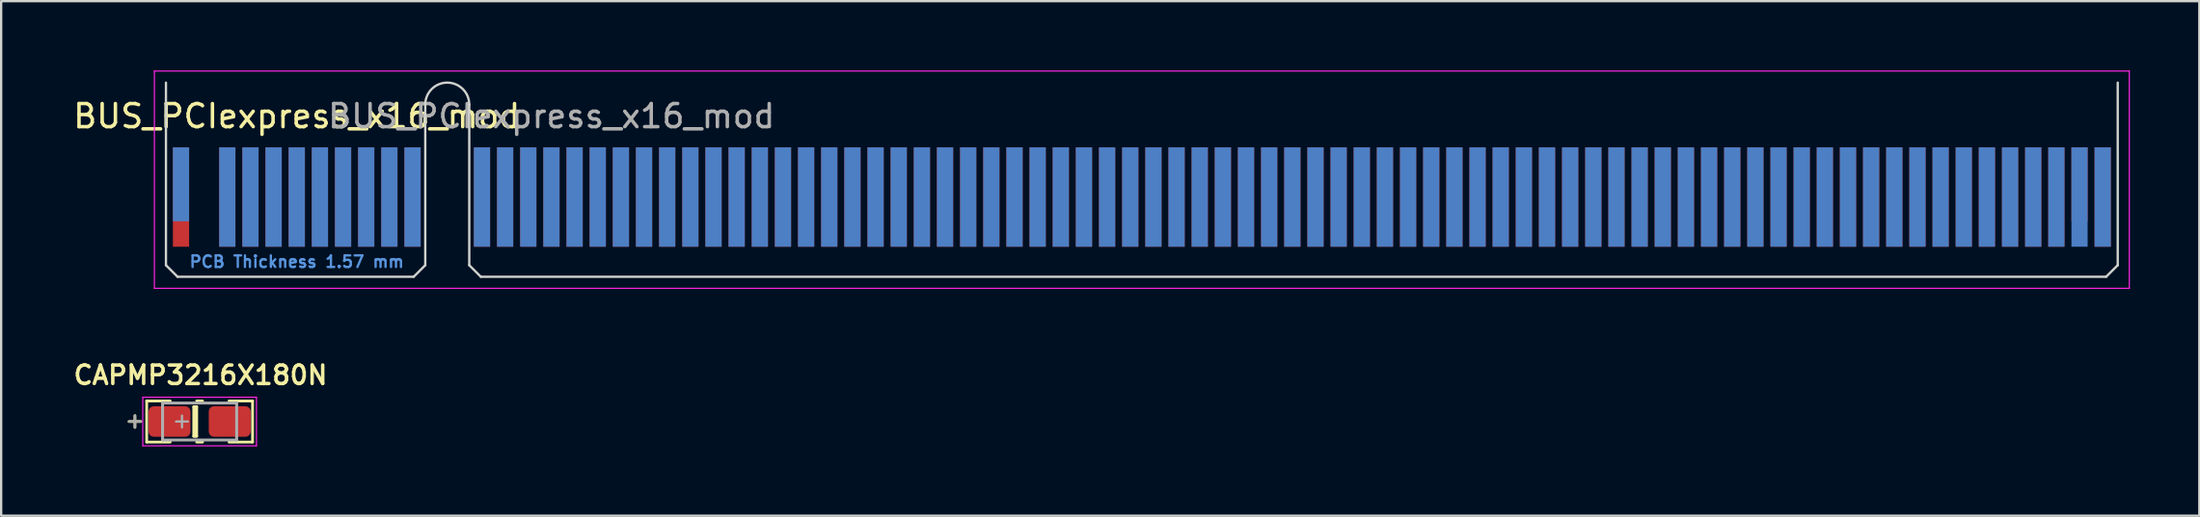
<source format=kicad_pcb>
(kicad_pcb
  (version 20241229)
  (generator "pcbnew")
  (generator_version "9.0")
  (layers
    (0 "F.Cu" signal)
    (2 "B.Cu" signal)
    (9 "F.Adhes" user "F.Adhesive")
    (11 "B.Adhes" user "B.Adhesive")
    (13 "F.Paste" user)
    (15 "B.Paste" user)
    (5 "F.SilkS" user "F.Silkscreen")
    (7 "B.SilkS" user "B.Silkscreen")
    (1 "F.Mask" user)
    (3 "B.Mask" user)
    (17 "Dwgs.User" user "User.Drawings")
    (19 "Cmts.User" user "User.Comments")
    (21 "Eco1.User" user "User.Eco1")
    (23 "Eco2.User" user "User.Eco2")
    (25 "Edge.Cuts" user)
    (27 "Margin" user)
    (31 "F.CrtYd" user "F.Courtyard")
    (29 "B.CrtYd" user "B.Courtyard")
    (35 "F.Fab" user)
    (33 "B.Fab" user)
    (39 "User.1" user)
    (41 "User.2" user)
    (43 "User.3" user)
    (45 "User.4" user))
  (footprint "BUS_PCIexpress_x16_mod"
    (layer "F.Cu")
    (at 4.768 5.475)
    (property "Reference" "BUS_PCIexpress_x16_mod" (at 5 -3.5 0) (layer "F.SilkS") (effects (font (size 1 1) (thickness 0.15))))
    (attr exclude_from_pos_files exclude_from_bom)
    (fp_line (start -0.65 -4.95) (end -0.65 2.95) (stroke (width 0.1) (type solid)) (layer "Edge.Cuts"))
    (fp_line (start -0.65 2.95) (end -0.15 3.45) (stroke (width 0.1) (type solid)) (layer "Edge.Cuts"))
    (fp_line (start -0.15 3.45) (end 10.05 3.45) (stroke (width 0.1) (type solid)) (layer "Edge.Cuts"))
    (fp_line (start 10.55 -4) (end 10.55 2.95) (stroke (width 0.1) (type solid)) (layer "Edge.Cuts"))
    (fp_line (start 10.55 2.95) (end 10.05 3.45) (stroke (width 0.1) (type solid)) (layer "Edge.Cuts"))
    (fp_line (start 12.45 -4) (end 12.45 2.95) (stroke (width 0.1) (type solid)) (layer "Edge.Cuts"))
    (fp_line (start 12.45 2.95) (end 12.95 3.45) (stroke (width 0.1) (type solid)) (layer "Edge.Cuts"))
    (fp_line (start 12.95 3.45) (end 83.15 3.45) (stroke (width 0.1) (type solid)) (layer "Edge.Cuts"))
    (fp_line (start 83.65 -4.95) (end 83.65 2.95) (stroke (width 0.1) (type solid)) (layer "Edge.Cuts"))
    (fp_line (start 83.65 2.95) (end 83.15 3.45) (stroke (width 0.1) (type solid)) (layer "Edge.Cuts"))
    (fp_arc (start 10.55 -4) (mid 11.5 -4.95) (end 12.45 -4) (stroke (width 0.1) (type solid)) (layer "Edge.Cuts"))
    (fp_line (start -1.15 -5.45) (end -1.15 3.95) (stroke (width 0.05) (type solid)) (layer "F.CrtYd"))
    (fp_line (start -1.15 -5.45) (end 84.15 -5.45) (stroke (width 0.05) (type solid)) (layer "F.CrtYd"))
    (fp_line (start 84.15 3.95) (end -1.15 3.95) (stroke (width 0.05) (type solid)) (layer "F.CrtYd"))
    (fp_line (start 84.15 3.95) (end 84.15 -5.45) (stroke (width 0.05) (type solid)) (layer "F.CrtYd"))
    (fp_text user "PCB Thickness 1.57 mm" (at 5 2.8 180) (layer "Cmts.User") (effects (font (size 0.5 0.5) (thickness 0.1))))
    (fp_text user "${REFERENCE}" (at 16 -3.5 0) (layer "F.Fab") (effects (font (size 1 1) (thickness 0.15))))
    (pad "A1" connect rect (at 0 -0.55) (size 0.7 3.2) (layers "B.Cu" "B.Mask"))
    (pad "A3" connect rect (at 2 0) (size 0.7 4.3) (layers "B.Cu" "B.Mask"))
    (pad "A4" connect rect (at 3 0) (size 0.7 4.3) (layers "B.Cu" "B.Mask"))
    (pad "A5" connect rect (at 4 0) (size 0.7 4.3) (layers "B.Cu" "B.Mask"))
    (pad "A6" connect rect (at 5 0) (size 0.7 4.3) (layers "B.Cu" "B.Mask"))
    (pad "A7" connect rect (at 6 0) (size 0.7 4.3) (layers "B.Cu" "B.Mask"))
    (pad "A8" connect rect (at 7 0) (size 0.7 4.3) (layers "B.Cu" "B.Mask"))
    (pad "A9" connect rect (at 8 0) (size 0.7 4.3) (layers "B.Cu" "B.Mask"))
    (pad "A10" connect rect (at 9 0) (size 0.7 4.3) (layers "B.Cu" "B.Mask"))
    (pad "A11" connect rect (at 10 0) (size 0.7 4.3) (layers "B.Cu" "B.Mask"))
    (pad "A12" connect rect (at 13 0) (size 0.7 4.3) (layers "B.Cu" "B.Mask"))
    (pad "A13" connect rect (at 14 0) (size 0.7 4.3) (layers "B.Cu" "B.Mask"))
    (pad "A14" connect rect (at 15 0) (size 0.7 4.3) (layers "B.Cu" "B.Mask"))
    (pad "A15" connect rect (at 16 0) (size 0.7 4.3) (layers "B.Cu" "B.Mask"))
    (pad "A16" connect rect (at 17 0) (size 0.7 4.3) (layers "B.Cu" "B.Mask"))
    (pad "A17" connect rect (at 18 0) (size 0.7 4.3) (layers "B.Cu" "B.Mask"))
    (pad "A18" connect rect (at 19 0) (size 0.7 4.3) (layers "B.Cu" "B.Mask"))
    (pad "A19" connect rect (at 20 0) (size 0.7 4.3) (layers "B.Cu" "B.Mask"))
    (pad "A20" connect rect (at 21 0) (size 0.7 4.3) (layers "B.Cu" "B.Mask"))
    (pad "A21" connect rect (at 22 0) (size 0.7 4.3) (layers "B.Cu" "B.Mask"))
    (pad "A22" connect rect (at 23 0) (size 0.7 4.3) (layers "B.Cu" "B.Mask"))
    (pad "A23" connect rect (at 24 0) (size 0.7 4.3) (layers "B.Cu" "B.Mask"))
    (pad "A24" connect rect (at 25 0) (size 0.7 4.3) (layers "B.Cu" "B.Mask"))
    (pad "A25" connect rect (at 26 0) (size 0.7 4.3) (layers "B.Cu" "B.Mask"))
    (pad "A26" connect rect (at 27 0) (size 0.7 4.3) (layers "B.Cu" "B.Mask"))
    (pad "A27" connect rect (at 28 0) (size 0.7 4.3) (layers "B.Cu" "B.Mask"))
    (pad "A28" connect rect (at 29 0) (size 0.7 4.3) (layers "B.Cu" "B.Mask"))
    (pad "A29" connect rect (at 30 0) (size 0.7 4.3) (layers "B.Cu" "B.Mask"))
    (pad "A30" connect rect (at 31 0) (size 0.7 4.3) (layers "B.Cu" "B.Mask"))
    (pad "A31" connect rect (at 32 0) (size 0.7 4.3) (layers "B.Cu" "B.Mask"))
    (pad "A32" connect rect (at 33 0) (size 0.7 4.3) (layers "B.Cu" "B.Mask"))
    (pad "A33" connect rect (at 34 0) (size 0.7 4.3) (layers "B.Cu" "B.Mask"))
    (pad "A34" connect rect (at 35 0) (size 0.7 4.3) (layers "B.Cu" "B.Mask"))
    (pad "A35" connect rect (at 36 0) (size 0.7 4.3) (layers "B.Cu" "B.Mask"))
    (pad "A36" connect rect (at 37 0) (size 0.7 4.3) (layers "B.Cu" "B.Mask"))
    (pad "A37" connect rect (at 38 0) (size 0.7 4.3) (layers "B.Cu" "B.Mask"))
    (pad "A38" connect rect (at 39 0) (size 0.7 4.3) (layers "B.Cu" "B.Mask"))
    (pad "A39" connect rect (at 40 0) (size 0.7 4.3) (layers "B.Cu" "B.Mask"))
    (pad "A40" connect rect (at 41 0) (size 0.7 4.3) (layers "B.Cu" "B.Mask"))
    (pad "A41" connect rect (at 42 0) (size 0.7 4.3) (layers "B.Cu" "B.Mask"))
    (pad "A42" connect rect (at 43 0) (size 0.7 4.3) (layers "B.Cu" "B.Mask"))
    (pad "A43" connect rect (at 44 0) (size 0.7 4.3) (layers "B.Cu" "B.Mask"))
    (pad "A44" connect rect (at 45 0) (size 0.7 4.3) (layers "B.Cu" "B.Mask"))
    (pad "A45" connect rect (at 46 0) (size 0.7 4.3) (layers "B.Cu" "B.Mask"))
    (pad "A46" connect rect (at 47 0) (size 0.7 4.3) (layers "B.Cu" "B.Mask"))
    (pad "A47" connect rect (at 48 0) (size 0.7 4.3) (layers "B.Cu" "B.Mask"))
    (pad "A48" connect rect (at 49 0) (size 0.7 4.3) (layers "B.Cu" "B.Mask"))
    (pad "A49" connect rect (at 50 0) (size 0.7 4.3) (layers "B.Cu" "B.Mask"))
    (pad "A50" connect rect (at 51 0) (size 0.7 4.3) (layers "B.Cu" "B.Mask"))
    (pad "A51" connect rect (at 52 0) (size 0.7 4.3) (layers "B.Cu" "B.Mask"))
    (pad "A52" connect rect (at 53 0) (size 0.7 4.3) (layers "B.Cu" "B.Mask"))
    (pad "A53" connect rect (at 54 0) (size 0.7 4.3) (layers "B.Cu" "B.Mask"))
    (pad "A54" connect rect (at 55 0) (size 0.7 4.3) (layers "B.Cu" "B.Mask"))
    (pad "A55" connect rect (at 56 0) (size 0.7 4.3) (layers "B.Cu" "B.Mask"))
    (pad "A56" connect rect (at 57 0) (size 0.7 4.3) (layers "B.Cu" "B.Mask"))
    (pad "A57" connect rect (at 58 0) (size 0.7 4.3) (layers "B.Cu" "B.Mask"))
    (pad "A58" connect rect (at 59 0) (size 0.7 4.3) (layers "B.Cu" "B.Mask"))
    (pad "A59" connect rect (at 60 0) (size 0.7 4.3) (layers "B.Cu" "B.Mask"))
    (pad "A60" connect rect (at 61 0) (size 0.7 4.3) (layers "B.Cu" "B.Mask"))
    (pad "A61" connect rect (at 62 0) (size 0.7 4.3) (layers "B.Cu" "B.Mask"))
    (pad "A62" connect rect (at 63 0) (size 0.7 4.3) (layers "B.Cu" "B.Mask"))
    (pad "A63" connect rect (at 64 0) (size 0.7 4.3) (layers "B.Cu" "B.Mask"))
    (pad "A64" connect rect (at 65 0) (size 0.7 4.3) (layers "B.Cu" "B.Mask"))
    (pad "A65" connect rect (at 66 0) (size 0.7 4.3) (layers "B.Cu" "B.Mask"))
    (pad "A66" connect rect (at 67 0) (size 0.7 4.3) (layers "B.Cu" "B.Mask"))
    (pad "A67" connect rect (at 68 0) (size 0.7 4.3) (layers "B.Cu" "B.Mask"))
    (pad "A68" connect rect (at 69 0) (size 0.7 4.3) (layers "B.Cu" "B.Mask"))
    (pad "A69" connect rect (at 70 0) (size 0.7 4.3) (layers "B.Cu" "B.Mask"))
    (pad "A70" connect rect (at 71 0) (size 0.7 4.3) (layers "B.Cu" "B.Mask"))
    (pad "A71" connect rect (at 72 0) (size 0.7 4.3) (layers "B.Cu" "B.Mask"))
    (pad "A72" connect rect (at 73 0) (size 0.7 4.3) (layers "B.Cu" "B.Mask"))
    (pad "A73" connect rect (at 74 0) (size 0.7 4.3) (layers "B.Cu" "B.Mask"))
    (pad "A74" connect rect (at 75 0) (size 0.7 4.3) (layers "B.Cu" "B.Mask"))
    (pad "A75" connect rect (at 76 0) (size 0.7 4.3) (layers "B.Cu" "B.Mask"))
    (pad "A76" connect rect (at 77 0) (size 0.7 4.3) (layers "B.Cu" "B.Mask"))
    (pad "A77" connect rect (at 78 0) (size 0.7 4.3) (layers "B.Cu" "B.Mask"))
    (pad "A78" connect rect (at 79 0) (size 0.7 4.3) (layers "B.Cu" "B.Mask"))
    (pad "A79" connect rect (at 80 0) (size 0.7 4.3) (layers "B.Cu" "B.Mask"))
    (pad "A80" connect rect (at 81 0) (size 0.7 4.3) (layers "B.Cu" "B.Mask"))
    (pad "A81" connect rect (at 82 0) (size 0.7 4.3) (layers "B.Cu" "B.Mask"))
    (pad "A82" connect rect (at 83 0) (size 0.7 4.3) (layers "B.Cu" "B.Mask"))
    (pad "B1" connect rect (at 0 0) (size 0.7 4.3) (layers "F.Cu" "F.Mask"))
    (pad "B3" connect rect (at 2 0) (size 0.7 4.3) (layers "F.Cu" "F.Mask"))
    (pad "B4" connect rect (at 3 0) (size 0.7 4.3) (layers "F.Cu" "F.Mask"))
    (pad "B5" connect rect (at 4 0) (size 0.7 4.3) (layers "F.Cu" "F.Mask"))
    (pad "B6" connect rect (at 5 0) (size 0.7 4.3) (layers "F.Cu" "F.Mask"))
    (pad "B7" connect rect (at 6 0) (size 0.7 4.3) (layers "F.Cu" "F.Mask"))
    (pad "B8" connect rect (at 7 0) (size 0.7 4.3) (layers "F.Cu" "F.Mask"))
    (pad "B9" connect rect (at 8 0) (size 0.7 4.3) (layers "F.Cu" "F.Mask"))
    (pad "B10" connect rect (at 9 0) (size 0.7 4.3) (layers "F.Cu" "F.Mask"))
    (pad "B11" connect rect (at 10 0) (size 0.7 4.3) (layers "F.Cu" "F.Mask"))
    (pad "B12" connect rect (at 13 0) (size 0.7 4.3) (layers "F.Cu" "F.Mask"))
    (pad "B13" connect rect (at 14 0) (size 0.7 4.3) (layers "F.Cu" "F.Mask"))
    (pad "B14" connect rect (at 15 0) (size 0.7 4.3) (layers "F.Cu" "F.Mask"))
    (pad "B15" connect rect (at 16 0) (size 0.7 4.3) (layers "F.Cu" "F.Mask"))
    (pad "B16" connect rect (at 17 0) (size 0.7 4.3) (layers "F.Cu" "F.Mask"))
    (pad "B17" connect rect (at 18 0) (size 0.7 4.3) (layers "F.Cu" "F.Mask"))
    (pad "B18" connect rect (at 19 0) (size 0.7 4.3) (layers "F.Cu" "F.Mask"))
    (pad "B19" connect rect (at 20 0) (size 0.7 4.3) (layers "F.Cu" "F.Mask"))
    (pad "B20" connect rect (at 21 0) (size 0.7 4.3) (layers "F.Cu" "F.Mask"))
    (pad "B21" connect rect (at 22 0) (size 0.7 4.3) (layers "F.Cu" "F.Mask"))
    (pad "B22" connect rect (at 23 0) (size 0.7 4.3) (layers "F.Cu" "F.Mask"))
    (pad "B23" connect rect (at 24 0) (size 0.7 4.3) (layers "F.Cu" "F.Mask"))
    (pad "B24" connect rect (at 25 0) (size 0.7 4.3) (layers "F.Cu" "F.Mask"))
    (pad "B25" connect rect (at 26 0) (size 0.7 4.3) (layers "F.Cu" "F.Mask"))
    (pad "B26" connect rect (at 27 0) (size 0.7 4.3) (layers "F.Cu" "F.Mask"))
    (pad "B27" connect rect (at 28 0) (size 0.7 4.3) (layers "F.Cu" "F.Mask"))
    (pad "B28" connect rect (at 29 0) (size 0.7 4.3) (layers "F.Cu" "F.Mask"))
    (pad "B29" connect rect (at 30 0) (size 0.7 4.3) (layers "F.Cu" "F.Mask"))
    (pad "B30" connect rect (at 31 0) (size 0.7 4.3) (layers "F.Cu" "F.Mask"))
    (pad "B31" connect rect (at 32 0) (size 0.7 4.3) (layers "F.Cu" "F.Mask"))
    (pad "B32" connect rect (at 33 0) (size 0.7 4.3) (layers "F.Cu" "F.Mask"))
    (pad "B33" connect rect (at 34 0) (size 0.7 4.3) (layers "F.Cu" "F.Mask"))
    (pad "B34" connect rect (at 35 0) (size 0.7 4.3) (layers "F.Cu" "F.Mask"))
    (pad "B35" connect rect (at 36 0) (size 0.7 4.3) (layers "F.Cu" "F.Mask"))
    (pad "B36" connect rect (at 37 0) (size 0.7 4.3) (layers "F.Cu" "F.Mask"))
    (pad "B37" connect rect (at 38 0) (size 0.7 4.3) (layers "F.Cu" "F.Mask"))
    (pad "B38" connect rect (at 39 0) (size 0.7 4.3) (layers "F.Cu" "F.Mask"))
    (pad "B39" connect rect (at 40 0) (size 0.7 4.3) (layers "F.Cu" "F.Mask"))
    (pad "B40" connect rect (at 41 0) (size 0.7 4.3) (layers "F.Cu" "F.Mask"))
    (pad "B41" connect rect (at 42 0) (size 0.7 4.3) (layers "F.Cu" "F.Mask"))
    (pad "B42" connect rect (at 43 0) (size 0.7 4.3) (layers "F.Cu" "F.Mask"))
    (pad "B43" connect rect (at 44 0) (size 0.7 4.3) (layers "F.Cu" "F.Mask"))
    (pad "B44" connect rect (at 45 0) (size 0.7 4.3) (layers "F.Cu" "F.Mask"))
    (pad "B45" connect rect (at 46 0) (size 0.7 4.3) (layers "F.Cu" "F.Mask"))
    (pad "B46" connect rect (at 47 0) (size 0.7 4.3) (layers "F.Cu" "F.Mask"))
    (pad "B47" connect rect (at 48 0) (size 0.7 4.3) (layers "F.Cu" "F.Mask"))
    (pad "B48" connect rect (at 49 0) (size 0.7 4.3) (layers "F.Cu" "F.Mask"))
    (pad "B49" connect rect (at 50 0) (size 0.7 4.3) (layers "F.Cu" "F.Mask"))
    (pad "B50" connect rect (at 51 0) (size 0.7 4.3) (layers "F.Cu" "F.Mask"))
    (pad "B51" connect rect (at 52 0) (size 0.7 4.3) (layers "F.Cu" "F.Mask"))
    (pad "B52" connect rect (at 53 0) (size 0.7 4.3) (layers "F.Cu" "F.Mask"))
    (pad "B53" connect rect (at 54 0) (size 0.7 4.3) (layers "F.Cu" "F.Mask"))
    (pad "B54" connect rect (at 55 0) (size 0.7 4.3) (layers "F.Cu" "F.Mask"))
    (pad "B55" connect rect (at 56 0) (size 0.7 4.3) (layers "F.Cu" "F.Mask"))
    (pad "B56" connect rect (at 57 0) (size 0.7 4.3) (layers "F.Cu" "F.Mask"))
    (pad "B57" connect rect (at 58 0) (size 0.7 4.3) (layers "F.Cu" "F.Mask"))
    (pad "B58" connect rect (at 59 0) (size 0.7 4.3) (layers "F.Cu" "F.Mask"))
    (pad "B59" connect rect (at 60 0) (size 0.7 4.3) (layers "F.Cu" "F.Mask"))
    (pad "B60" connect rect (at 61 0) (size 0.7 4.3) (layers "F.Cu" "F.Mask"))
    (pad "B61" connect rect (at 62 0) (size 0.7 4.3) (layers "F.Cu" "F.Mask"))
    (pad "B62" connect rect (at 63 0) (size 0.7 4.3) (layers "F.Cu" "F.Mask"))
    (pad "B63" connect rect (at 64 0) (size 0.7 4.3) (layers "F.Cu" "F.Mask"))
    (pad "B64" connect rect (at 65 0) (size 0.7 4.3) (layers "F.Cu" "F.Mask"))
    (pad "B65" connect rect (at 66 0) (size 0.7 4.3) (layers "F.Cu" "F.Mask"))
    (pad "B66" connect rect (at 67 0) (size 0.7 4.3) (layers "F.Cu" "F.Mask"))
    (pad "B67" connect rect (at 68 0) (size 0.7 4.3) (layers "F.Cu" "F.Mask"))
    (pad "B68" connect rect (at 69 0) (size 0.7 4.3) (layers "F.Cu" "F.Mask"))
    (pad "B69" connect rect (at 70 0) (size 0.7 4.3) (layers "F.Cu" "F.Mask"))
    (pad "B70" connect rect (at 71 0) (size 0.7 4.3) (layers "F.Cu" "F.Mask"))
    (pad "B71" connect rect (at 72 0) (size 0.7 4.3) (layers "F.Cu" "F.Mask"))
    (pad "B72" connect rect (at 73 0) (size 0.7 4.3) (layers "F.Cu" "F.Mask"))
    (pad "B73" connect rect (at 74 0) (size 0.7 4.3) (layers "F.Cu" "F.Mask"))
    (pad "B74" connect rect (at 75 0) (size 0.7 4.3) (layers "F.Cu" "F.Mask"))
    (pad "B75" connect rect (at 76 0) (size 0.7 4.3) (layers "F.Cu" "F.Mask"))
    (pad "B76" connect rect (at 77 0) (size 0.7 4.3) (layers "F.Cu" "F.Mask"))
    (pad "B77" connect rect (at 78 0) (size 0.7 4.3) (layers "F.Cu" "F.Mask"))
    (pad "B78" connect rect (at 79 0) (size 0.7 4.3) (layers "F.Cu" "F.Mask"))
    (pad "B79" connect rect (at 80 0) (size 0.7 4.3) (layers "F.Cu" "F.Mask"))
    (pad "B80" connect rect (at 81 0) (size 0.7 4.3) (layers "F.Cu" "F.Mask"))
    (pad "B81" connect rect (at 82 -0.55) (size 0.7 3.2) (layers "F.Cu" "F.Mask"))
    (pad "B82" connect rect (at 83 0) (size 0.7 4.3) (layers "F.Cu" "F.Mask")))
  (footprint "CAPMP3216X180N"
    (layer "F.Cu")
    (at 5.572 15.189)
    (property "Reference" "CAPMP3216X180N" (at 0.04 -2.008 0) (layer "F.SilkS") (effects (font (size 0.8 0.8) (thickness 0.15))))
    (attr smd)
    (fp_line (start -3.048 0) (end -2.54 0) (stroke (width 0.12) (type default)) (layer "F.SilkS"))
    (fp_line (start -2.794 -0.254) (end -2.794 0.254) (stroke (width 0.12) (type default)) (layer "F.SilkS"))
    (fp_line (start -2.286 -0.889) (end -2.286 0.889) (stroke (width 0.12) (type default)) (layer "F.SilkS"))
    (fp_line (start -2.286 0.889) (end -1.27 0.889) (stroke (width 0.12) (type default)) (layer "F.SilkS"))
    (fp_line (start -1.27 -0.889) (end -2.286 -0.889) (stroke (width 0.12) (type default)) (layer "F.SilkS"))
    (fp_line (start -0.254 -0.635) (end -0.254 0.635) (stroke (width 0.12) (type default)) (layer "F.SilkS"))
    (fp_line (start -0.254 0.635) (end -0.127 0.635) (stroke (width 0.12) (type default)) (layer "F.SilkS"))
    (fp_line (start -0.191 -0.635) (end -0.191 0.635) (stroke (width 0.12) (type default)) (layer "F.SilkS"))
    (fp_line (start -0.127 -0.889) (end 0.127 -0.889) (stroke (width 0.12) (type default)) (layer "F.SilkS"))
    (fp_line (start -0.127 -0.635) (end -0.254 -0.635) (stroke (width 0.12) (type default)) (layer "F.SilkS"))
    (fp_line (start -0.127 0.635) (end -0.127 -0.635) (stroke (width 0.12) (type default)) (layer "F.SilkS"))
    (fp_line (start -0.127 0.889) (end 0.127 0.889) (stroke (width 0.12) (type default)) (layer "F.SilkS"))
    (fp_line (start 1.27 -0.889) (end 2.286 -0.889) (stroke (width 0.12) (type default)) (layer "F.SilkS"))
    (fp_line (start 2.286 -0.889) (end 2.286 0.889) (stroke (width 0.12) (type default)) (layer "F.SilkS"))
    (fp_line (start 2.286 0.889) (end 1.27 0.889) (stroke (width 0.12) (type default)) (layer "F.SilkS"))
    (fp_line (start -2.455 -1.05) (end 2.455 -1.05) (stroke (width 0.05) (type solid)) (layer "F.CrtYd"))
    (fp_line (start -2.455 1.05) (end -2.455 -1.05) (stroke (width 0.05) (type solid)) (layer "F.CrtYd"))
    (fp_line (start 2.455 -1.05) (end 2.455 1.05) (stroke (width 0.05) (type solid)) (layer "F.CrtYd"))
    (fp_line (start 2.455 1.05) (end -2.455 1.05) (stroke (width 0.05) (type solid)) (layer "F.CrtYd"))
    (fp_line (start -3.048 0) (end -2.54 0) (stroke (width 0.1) (type default)) (layer "F.Fab"))
    (fp_line (start -2.794 -0.254) (end -2.794 0.254) (stroke (width 0.1) (type default)) (layer "F.Fab"))
    (fp_line (start -1.6 -0.8) (end -1.6 0.8) (stroke (width 0.127) (type solid)) (layer "F.Fab"))
    (fp_line (start -1.6 0.8) (end 1.6 0.8) (stroke (width 0.127) (type solid)) (layer "F.Fab"))
    (fp_line (start -1.016 0) (end -0.508 0) (stroke (width 0.1) (type default)) (layer "F.Fab"))
    (fp_line (start -0.762 -0.254) (end -0.762 0.254) (stroke (width 0.1) (type default)) (layer "F.Fab"))
    (fp_line (start 1.6 -0.8) (end -1.6 -0.8) (stroke (width 0.127) (type solid)) (layer "F.Fab"))
    (fp_line (start 1.6 0.8) (end 1.6 -0.8) (stroke (width 0.127) (type solid)) (layer "F.Fab"))
    (pad "1" smd roundrect (at -1.3 0) (size 1.81 1.32) (layers "F.Cu" "F.Mask" "F.Paste") (roundrect_rratio 0.17))
    (pad "2" smd roundrect (at 1.3 0) (size 1.81 1.32) (layers "F.Cu" "F.Mask" "F.Paste") (roundrect_rratio 0.17)))
  (gr_rect
    (start -3 -3)
    (end 91.943 19.264)
    (stroke (width 0.1) (type default))
    (fill no)
    (layer "Edge.Cuts")))
</source>
